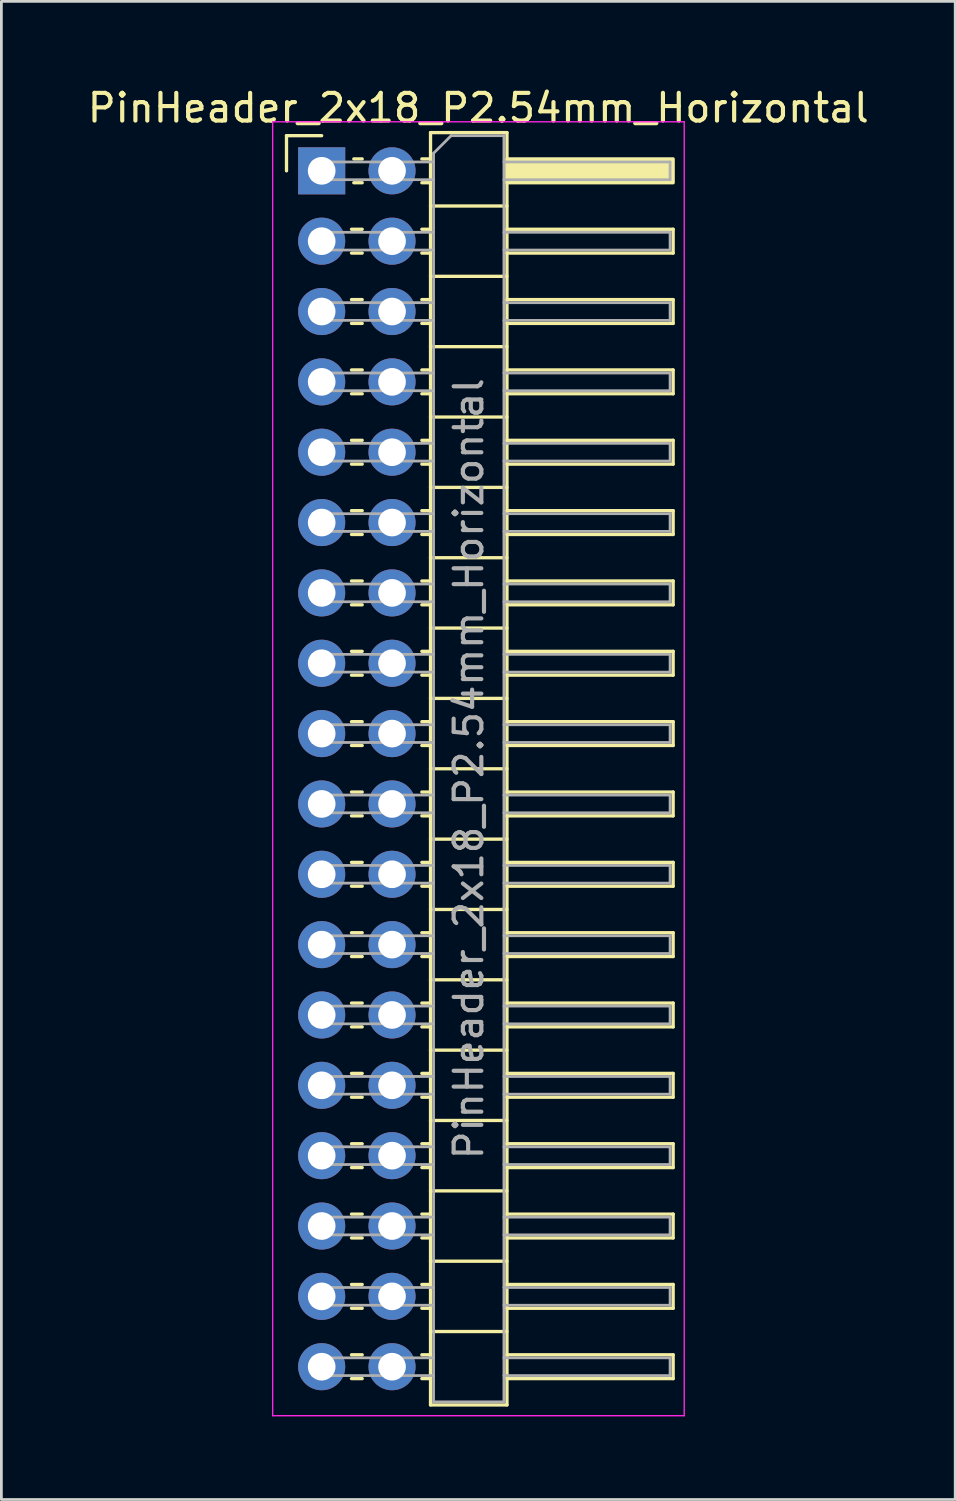
<source format=kicad_pcb>
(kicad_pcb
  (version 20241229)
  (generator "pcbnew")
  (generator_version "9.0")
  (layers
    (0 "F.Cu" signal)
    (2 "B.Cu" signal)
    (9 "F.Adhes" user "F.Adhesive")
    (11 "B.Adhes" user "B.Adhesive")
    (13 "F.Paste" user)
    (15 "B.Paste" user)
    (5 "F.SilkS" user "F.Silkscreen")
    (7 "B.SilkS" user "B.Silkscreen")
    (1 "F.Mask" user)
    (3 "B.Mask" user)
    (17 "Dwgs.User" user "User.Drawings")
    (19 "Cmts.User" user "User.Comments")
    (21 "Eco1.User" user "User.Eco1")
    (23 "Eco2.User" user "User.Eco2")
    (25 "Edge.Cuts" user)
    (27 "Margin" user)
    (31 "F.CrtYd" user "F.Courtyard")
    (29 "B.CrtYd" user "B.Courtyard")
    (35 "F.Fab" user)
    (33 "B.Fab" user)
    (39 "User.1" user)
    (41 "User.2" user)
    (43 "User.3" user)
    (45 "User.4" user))
  (footprint "PinHeader_2x18_P2.54mm_Horizontal"
    (layer "F.Cu")
    (at 8.565 3.118)
    (property "Reference" "PinHeader_2x18_P2.54mm_Horizontal" (at 5.655 -2.27 0) (layer "F.SilkS") (effects (font (size 1 1) (thickness 0.15))))
    (attr through_hole)
    (fp_line (start -1.27 -1.27) (end 0 -1.27) (stroke (width 0.12) (type solid)) (layer "F.SilkS"))
    (fp_line (start -1.27 0) (end -1.27 -1.27) (stroke (width 0.12) (type solid)) (layer "F.SilkS"))
    (fp_line (start 1.077 2.11) (end 1.463 2.11) (stroke (width 0.12) (type solid)) (layer "F.SilkS"))
    (fp_line (start 1.077 2.97) (end 1.463 2.97) (stroke (width 0.12) (type solid)) (layer "F.SilkS"))
    (fp_line (start 1.077 4.65) (end 1.463 4.65) (stroke (width 0.12) (type solid)) (layer "F.SilkS"))
    (fp_line (start 1.077 5.51) (end 1.463 5.51) (stroke (width 0.12) (type solid)) (layer "F.SilkS"))
    (fp_line (start 1.077 7.19) (end 1.463 7.19) (stroke (width 0.12) (type solid)) (layer "F.SilkS"))
    (fp_line (start 1.077 8.05) (end 1.463 8.05) (stroke (width 0.12) (type solid)) (layer "F.SilkS"))
    (fp_line (start 1.077 9.73) (end 1.463 9.73) (stroke (width 0.12) (type solid)) (layer "F.SilkS"))
    (fp_line (start 1.077 10.59) (end 1.463 10.59) (stroke (width 0.12) (type solid)) (layer "F.SilkS"))
    (fp_line (start 1.077 12.27) (end 1.463 12.27) (stroke (width 0.12) (type solid)) (layer "F.SilkS"))
    (fp_line (start 1.077 13.13) (end 1.463 13.13) (stroke (width 0.12) (type solid)) (layer "F.SilkS"))
    (fp_line (start 1.077 14.81) (end 1.463 14.81) (stroke (width 0.12) (type solid)) (layer "F.SilkS"))
    (fp_line (start 1.077 15.67) (end 1.463 15.67) (stroke (width 0.12) (type solid)) (layer "F.SilkS"))
    (fp_line (start 1.077 17.35) (end 1.463 17.35) (stroke (width 0.12) (type solid)) (layer "F.SilkS"))
    (fp_line (start 1.077 18.21) (end 1.463 18.21) (stroke (width 0.12) (type solid)) (layer "F.SilkS"))
    (fp_line (start 1.077 19.89) (end 1.463 19.89) (stroke (width 0.12) (type solid)) (layer "F.SilkS"))
    (fp_line (start 1.077 20.75) (end 1.463 20.75) (stroke (width 0.12) (type solid)) (layer "F.SilkS"))
    (fp_line (start 1.077 22.43) (end 1.463 22.43) (stroke (width 0.12) (type solid)) (layer "F.SilkS"))
    (fp_line (start 1.077 23.29) (end 1.463 23.29) (stroke (width 0.12) (type solid)) (layer "F.SilkS"))
    (fp_line (start 1.077 24.97) (end 1.463 24.97) (stroke (width 0.12) (type solid)) (layer "F.SilkS"))
    (fp_line (start 1.077 25.83) (end 1.463 25.83) (stroke (width 0.12) (type solid)) (layer "F.SilkS"))
    (fp_line (start 1.077 27.51) (end 1.463 27.51) (stroke (width 0.12) (type solid)) (layer "F.SilkS"))
    (fp_line (start 1.077 28.37) (end 1.463 28.37) (stroke (width 0.12) (type solid)) (layer "F.SilkS"))
    (fp_line (start 1.077 30.05) (end 1.463 30.05) (stroke (width 0.12) (type solid)) (layer "F.SilkS"))
    (fp_line (start 1.077 30.91) (end 1.463 30.91) (stroke (width 0.12) (type solid)) (layer "F.SilkS"))
    (fp_line (start 1.077 32.59) (end 1.463 32.59) (stroke (width 0.12) (type solid)) (layer "F.SilkS"))
    (fp_line (start 1.077 33.45) (end 1.463 33.45) (stroke (width 0.12) (type solid)) (layer "F.SilkS"))
    (fp_line (start 1.077 35.13) (end 1.463 35.13) (stroke (width 0.12) (type solid)) (layer "F.SilkS"))
    (fp_line (start 1.077 35.99) (end 1.463 35.99) (stroke (width 0.12) (type solid)) (layer "F.SilkS"))
    (fp_line (start 1.077 37.67) (end 1.463 37.67) (stroke (width 0.12) (type solid)) (layer "F.SilkS"))
    (fp_line (start 1.077 38.53) (end 1.463 38.53) (stroke (width 0.12) (type solid)) (layer "F.SilkS"))
    (fp_line (start 1.077 40.21) (end 1.463 40.21) (stroke (width 0.12) (type solid)) (layer "F.SilkS"))
    (fp_line (start 1.077 41.07) (end 1.463 41.07) (stroke (width 0.12) (type solid)) (layer "F.SilkS"))
    (fp_line (start 1.077 42.75) (end 1.463 42.75) (stroke (width 0.12) (type solid)) (layer "F.SilkS"))
    (fp_line (start 1.077 43.61) (end 1.463 43.61) (stroke (width 0.12) (type solid)) (layer "F.SilkS"))
    (fp_line (start 1.16 -0.43) (end 1.463 -0.43) (stroke (width 0.12) (type solid)) (layer "F.SilkS"))
    (fp_line (start 1.16 0.43) (end 1.463 0.43) (stroke (width 0.12) (type solid)) (layer "F.SilkS"))
    (fp_line (start 3.617 -0.43) (end 3.93 -0.43) (stroke (width 0.12) (type solid)) (layer "F.SilkS"))
    (fp_line (start 3.617 0.43) (end 3.93 0.43) (stroke (width 0.12) (type solid)) (layer "F.SilkS"))
    (fp_line (start 3.617 2.11) (end 3.93 2.11) (stroke (width 0.12) (type solid)) (layer "F.SilkS"))
    (fp_line (start 3.617 2.97) (end 3.93 2.97) (stroke (width 0.12) (type solid)) (layer "F.SilkS"))
    (fp_line (start 3.617 4.65) (end 3.93 4.65) (stroke (width 0.12) (type solid)) (layer "F.SilkS"))
    (fp_line (start 3.617 5.51) (end 3.93 5.51) (stroke (width 0.12) (type solid)) (layer "F.SilkS"))
    (fp_line (start 3.617 7.19) (end 3.93 7.19) (stroke (width 0.12) (type solid)) (layer "F.SilkS"))
    (fp_line (start 3.617 8.05) (end 3.93 8.05) (stroke (width 0.12) (type solid)) (layer "F.SilkS"))
    (fp_line (start 3.617 9.73) (end 3.93 9.73) (stroke (width 0.12) (type solid)) (layer "F.SilkS"))
    (fp_line (start 3.617 10.59) (end 3.93 10.59) (stroke (width 0.12) (type solid)) (layer "F.SilkS"))
    (fp_line (start 3.617 12.27) (end 3.93 12.27) (stroke (width 0.12) (type solid)) (layer "F.SilkS"))
    (fp_line (start 3.617 13.13) (end 3.93 13.13) (stroke (width 0.12) (type solid)) (layer "F.SilkS"))
    (fp_line (start 3.617 14.81) (end 3.93 14.81) (stroke (width 0.12) (type solid)) (layer "F.SilkS"))
    (fp_line (start 3.617 15.67) (end 3.93 15.67) (stroke (width 0.12) (type solid)) (layer "F.SilkS"))
    (fp_line (start 3.617 17.35) (end 3.93 17.35) (stroke (width 0.12) (type solid)) (layer "F.SilkS"))
    (fp_line (start 3.617 18.21) (end 3.93 18.21) (stroke (width 0.12) (type solid)) (layer "F.SilkS"))
    (fp_line (start 3.617 19.89) (end 3.93 19.89) (stroke (width 0.12) (type solid)) (layer "F.SilkS"))
    (fp_line (start 3.617 20.75) (end 3.93 20.75) (stroke (width 0.12) (type solid)) (layer "F.SilkS"))
    (fp_line (start 3.617 22.43) (end 3.93 22.43) (stroke (width 0.12) (type solid)) (layer "F.SilkS"))
    (fp_line (start 3.617 23.29) (end 3.93 23.29) (stroke (width 0.12) (type solid)) (layer "F.SilkS"))
    (fp_line (start 3.617 24.97) (end 3.93 24.97) (stroke (width 0.12) (type solid)) (layer "F.SilkS"))
    (fp_line (start 3.617 25.83) (end 3.93 25.83) (stroke (width 0.12) (type solid)) (layer "F.SilkS"))
    (fp_line (start 3.617 27.51) (end 3.93 27.51) (stroke (width 0.12) (type solid)) (layer "F.SilkS"))
    (fp_line (start 3.617 28.37) (end 3.93 28.37) (stroke (width 0.12) (type solid)) (layer "F.SilkS"))
    (fp_line (start 3.617 30.05) (end 3.93 30.05) (stroke (width 0.12) (type solid)) (layer "F.SilkS"))
    (fp_line (start 3.617 30.91) (end 3.93 30.91) (stroke (width 0.12) (type solid)) (layer "F.SilkS"))
    (fp_line (start 3.617 32.59) (end 3.93 32.59) (stroke (width 0.12) (type solid)) (layer "F.SilkS"))
    (fp_line (start 3.617 33.45) (end 3.93 33.45) (stroke (width 0.12) (type solid)) (layer "F.SilkS"))
    (fp_line (start 3.617 35.13) (end 3.93 35.13) (stroke (width 0.12) (type solid)) (layer "F.SilkS"))
    (fp_line (start 3.617 35.99) (end 3.93 35.99) (stroke (width 0.12) (type solid)) (layer "F.SilkS"))
    (fp_line (start 3.617 37.67) (end 3.93 37.67) (stroke (width 0.12) (type solid)) (layer "F.SilkS"))
    (fp_line (start 3.617 38.53) (end 3.93 38.53) (stroke (width 0.12) (type solid)) (layer "F.SilkS"))
    (fp_line (start 3.617 40.21) (end 3.93 40.21) (stroke (width 0.12) (type solid)) (layer "F.SilkS"))
    (fp_line (start 3.617 41.07) (end 3.93 41.07) (stroke (width 0.12) (type solid)) (layer "F.SilkS"))
    (fp_line (start 3.617 42.75) (end 3.93 42.75) (stroke (width 0.12) (type solid)) (layer "F.SilkS"))
    (fp_line (start 3.617 43.61) (end 3.93 43.61) (stroke (width 0.12) (type solid)) (layer "F.SilkS"))
    (fp_line (start 3.93 -1.38) (end 3.93 44.56) (stroke (width 0.12) (type solid)) (layer "F.SilkS"))
    (fp_line (start 3.93 1.27) (end 6.69 1.27) (stroke (width 0.12) (type solid)) (layer "F.SilkS"))
    (fp_line (start 3.93 3.81) (end 6.69 3.81) (stroke (width 0.12) (type solid)) (layer "F.SilkS"))
    (fp_line (start 3.93 6.35) (end 6.69 6.35) (stroke (width 0.12) (type solid)) (layer "F.SilkS"))
    (fp_line (start 3.93 8.89) (end 6.69 8.89) (stroke (width 0.12) (type solid)) (layer "F.SilkS"))
    (fp_line (start 3.93 11.43) (end 6.69 11.43) (stroke (width 0.12) (type solid)) (layer "F.SilkS"))
    (fp_line (start 3.93 13.97) (end 6.69 13.97) (stroke (width 0.12) (type solid)) (layer "F.SilkS"))
    (fp_line (start 3.93 16.51) (end 6.69 16.51) (stroke (width 0.12) (type solid)) (layer "F.SilkS"))
    (fp_line (start 3.93 19.05) (end 6.69 19.05) (stroke (width 0.12) (type solid)) (layer "F.SilkS"))
    (fp_line (start 3.93 21.59) (end 6.69 21.59) (stroke (width 0.12) (type solid)) (layer "F.SilkS"))
    (fp_line (start 3.93 24.13) (end 6.69 24.13) (stroke (width 0.12) (type solid)) (layer "F.SilkS"))
    (fp_line (start 3.93 26.67) (end 6.69 26.67) (stroke (width 0.12) (type solid)) (layer "F.SilkS"))
    (fp_line (start 3.93 29.21) (end 6.69 29.21) (stroke (width 0.12) (type solid)) (layer "F.SilkS"))
    (fp_line (start 3.93 31.75) (end 6.69 31.75) (stroke (width 0.12) (type solid)) (layer "F.SilkS"))
    (fp_line (start 3.93 34.29) (end 6.69 34.29) (stroke (width 0.12) (type solid)) (layer "F.SilkS"))
    (fp_line (start 3.93 36.83) (end 6.69 36.83) (stroke (width 0.12) (type solid)) (layer "F.SilkS"))
    (fp_line (start 3.93 39.37) (end 6.69 39.37) (stroke (width 0.12) (type solid)) (layer "F.SilkS"))
    (fp_line (start 3.93 41.91) (end 6.69 41.91) (stroke (width 0.12) (type solid)) (layer "F.SilkS"))
    (fp_line (start 3.93 44.56) (end 6.69 44.56) (stroke (width 0.12) (type solid)) (layer "F.SilkS"))
    (fp_line (start 6.69 -1.38) (end 3.93 -1.38) (stroke (width 0.12) (type solid)) (layer "F.SilkS"))
    (fp_line (start 6.69 2.11) (end 12.69 2.11) (stroke (width 0.12) (type solid)) (layer "F.SilkS"))
    (fp_line (start 6.69 4.65) (end 12.69 4.65) (stroke (width 0.12) (type solid)) (layer "F.SilkS"))
    (fp_line (start 6.69 7.19) (end 12.69 7.19) (stroke (width 0.12) (type solid)) (layer "F.SilkS"))
    (fp_line (start 6.69 9.73) (end 12.69 9.73) (stroke (width 0.12) (type solid)) (layer "F.SilkS"))
    (fp_line (start 6.69 12.27) (end 12.69 12.27) (stroke (width 0.12) (type solid)) (layer "F.SilkS"))
    (fp_line (start 6.69 14.81) (end 12.69 14.81) (stroke (width 0.12) (type solid)) (layer "F.SilkS"))
    (fp_line (start 6.69 17.35) (end 12.69 17.35) (stroke (width 0.12) (type solid)) (layer "F.SilkS"))
    (fp_line (start 6.69 19.89) (end 12.69 19.89) (stroke (width 0.12) (type solid)) (layer "F.SilkS"))
    (fp_line (start 6.69 22.43) (end 12.69 22.43) (stroke (width 0.12) (type solid)) (layer "F.SilkS"))
    (fp_line (start 6.69 24.97) (end 12.69 24.97) (stroke (width 0.12) (type solid)) (layer "F.SilkS"))
    (fp_line (start 6.69 27.51) (end 12.69 27.51) (stroke (width 0.12) (type solid)) (layer "F.SilkS"))
    (fp_line (start 6.69 30.05) (end 12.69 30.05) (stroke (width 0.12) (type solid)) (layer "F.SilkS"))
    (fp_line (start 6.69 32.59) (end 12.69 32.59) (stroke (width 0.12) (type solid)) (layer "F.SilkS"))
    (fp_line (start 6.69 35.13) (end 12.69 35.13) (stroke (width 0.12) (type solid)) (layer "F.SilkS"))
    (fp_line (start 6.69 37.67) (end 12.69 37.67) (stroke (width 0.12) (type solid)) (layer "F.SilkS"))
    (fp_line (start 6.69 40.21) (end 12.69 40.21) (stroke (width 0.12) (type solid)) (layer "F.SilkS"))
    (fp_line (start 6.69 42.75) (end 12.69 42.75) (stroke (width 0.12) (type solid)) (layer "F.SilkS"))
    (fp_line (start 6.69 44.56) (end 6.69 -1.38) (stroke (width 0.12) (type solid)) (layer "F.SilkS"))
    (fp_line (start 12.69 2.11) (end 12.69 2.97) (stroke (width 0.12) (type solid)) (layer "F.SilkS"))
    (fp_line (start 12.69 2.97) (end 6.69 2.97) (stroke (width 0.12) (type solid)) (layer "F.SilkS"))
    (fp_line (start 12.69 4.65) (end 12.69 5.51) (stroke (width 0.12) (type solid)) (layer "F.SilkS"))
    (fp_line (start 12.69 5.51) (end 6.69 5.51) (stroke (width 0.12) (type solid)) (layer "F.SilkS"))
    (fp_line (start 12.69 7.19) (end 12.69 8.05) (stroke (width 0.12) (type solid)) (layer "F.SilkS"))
    (fp_line (start 12.69 8.05) (end 6.69 8.05) (stroke (width 0.12) (type solid)) (layer "F.SilkS"))
    (fp_line (start 12.69 9.73) (end 12.69 10.59) (stroke (width 0.12) (type solid)) (layer "F.SilkS"))
    (fp_line (start 12.69 10.59) (end 6.69 10.59) (stroke (width 0.12) (type solid)) (layer "F.SilkS"))
    (fp_line (start 12.69 12.27) (end 12.69 13.13) (stroke (width 0.12) (type solid)) (layer "F.SilkS"))
    (fp_line (start 12.69 13.13) (end 6.69 13.13) (stroke (width 0.12) (type solid)) (layer "F.SilkS"))
    (fp_line (start 12.69 14.81) (end 12.69 15.67) (stroke (width 0.12) (type solid)) (layer "F.SilkS"))
    (fp_line (start 12.69 15.67) (end 6.69 15.67) (stroke (width 0.12) (type solid)) (layer "F.SilkS"))
    (fp_line (start 12.69 17.35) (end 12.69 18.21) (stroke (width 0.12) (type solid)) (layer "F.SilkS"))
    (fp_line (start 12.69 18.21) (end 6.69 18.21) (stroke (width 0.12) (type solid)) (layer "F.SilkS"))
    (fp_line (start 12.69 19.89) (end 12.69 20.75) (stroke (width 0.12) (type solid)) (layer "F.SilkS"))
    (fp_line (start 12.69 20.75) (end 6.69 20.75) (stroke (width 0.12) (type solid)) (layer "F.SilkS"))
    (fp_line (start 12.69 22.43) (end 12.69 23.29) (stroke (width 0.12) (type solid)) (layer "F.SilkS"))
    (fp_line (start 12.69 23.29) (end 6.69 23.29) (stroke (width 0.12) (type solid)) (layer "F.SilkS"))
    (fp_line (start 12.69 24.97) (end 12.69 25.83) (stroke (width 0.12) (type solid)) (layer "F.SilkS"))
    (fp_line (start 12.69 25.83) (end 6.69 25.83) (stroke (width 0.12) (type solid)) (layer "F.SilkS"))
    (fp_line (start 12.69 27.51) (end 12.69 28.37) (stroke (width 0.12) (type solid)) (layer "F.SilkS"))
    (fp_line (start 12.69 28.37) (end 6.69 28.37) (stroke (width 0.12) (type solid)) (layer "F.SilkS"))
    (fp_line (start 12.69 30.05) (end 12.69 30.91) (stroke (width 0.12) (type solid)) (layer "F.SilkS"))
    (fp_line (start 12.69 30.91) (end 6.69 30.91) (stroke (width 0.12) (type solid)) (layer "F.SilkS"))
    (fp_line (start 12.69 32.59) (end 12.69 33.45) (stroke (width 0.12) (type solid)) (layer "F.SilkS"))
    (fp_line (start 12.69 33.45) (end 6.69 33.45) (stroke (width 0.12) (type solid)) (layer "F.SilkS"))
    (fp_line (start 12.69 35.13) (end 12.69 35.99) (stroke (width 0.12) (type solid)) (layer "F.SilkS"))
    (fp_line (start 12.69 35.99) (end 6.69 35.99) (stroke (width 0.12) (type solid)) (layer "F.SilkS"))
    (fp_line (start 12.69 37.67) (end 12.69 38.53) (stroke (width 0.12) (type solid)) (layer "F.SilkS"))
    (fp_line (start 12.69 38.53) (end 6.69 38.53) (stroke (width 0.12) (type solid)) (layer "F.SilkS"))
    (fp_line (start 12.69 40.21) (end 12.69 41.07) (stroke (width 0.12) (type solid)) (layer "F.SilkS"))
    (fp_line (start 12.69 41.07) (end 6.69 41.07) (stroke (width 0.12) (type solid)) (layer "F.SilkS"))
    (fp_line (start 12.69 42.75) (end 12.69 43.61) (stroke (width 0.12) (type solid)) (layer "F.SilkS"))
    (fp_line (start 12.69 43.61) (end 6.69 43.61) (stroke (width 0.12) (type solid)) (layer "F.SilkS"))
    (fp_rect (start 6.69 -0.43) (end 12.69 0.43) (stroke (width 0.12) (type solid)) (fill yes) (layer "F.SilkS"))
    (fp_line (start -1.77 -1.77) (end -1.77 44.95) (stroke (width 0.05) (type solid)) (layer "F.CrtYd"))
    (fp_line (start -1.77 44.95) (end 13.09 44.95) (stroke (width 0.05) (type solid)) (layer "F.CrtYd"))
    (fp_line (start 13.09 -1.77) (end -1.77 -1.77) (stroke (width 0.05) (type solid)) (layer "F.CrtYd"))
    (fp_line (start 13.09 44.95) (end 13.09 -1.77) (stroke (width 0.05) (type solid)) (layer "F.CrtYd"))
    (fp_line (start -0.32 -0.32) (end -0.32 0.32) (stroke (width 0.1) (type solid)) (layer "F.Fab"))
    (fp_line (start -0.32 -0.32) (end 4.04 -0.32) (stroke (width 0.1) (type solid)) (layer "F.Fab"))
    (fp_line (start -0.32 0.32) (end 4.04 0.32) (stroke (width 0.1) (type solid)) (layer "F.Fab"))
    (fp_line (start -0.32 2.22) (end -0.32 2.86) (stroke (width 0.1) (type solid)) (layer "F.Fab"))
    (fp_line (start -0.32 2.22) (end 4.04 2.22) (stroke (width 0.1) (type solid)) (layer "F.Fab"))
    (fp_line (start -0.32 2.86) (end 4.04 2.86) (stroke (width 0.1) (type solid)) (layer "F.Fab"))
    (fp_line (start -0.32 4.76) (end -0.32 5.4) (stroke (width 0.1) (type solid)) (layer "F.Fab"))
    (fp_line (start -0.32 4.76) (end 4.04 4.76) (stroke (width 0.1) (type solid)) (layer "F.Fab"))
    (fp_line (start -0.32 5.4) (end 4.04 5.4) (stroke (width 0.1) (type solid)) (layer "F.Fab"))
    (fp_line (start -0.32 7.3) (end -0.32 7.94) (stroke (width 0.1) (type solid)) (layer "F.Fab"))
    (fp_line (start -0.32 7.3) (end 4.04 7.3) (stroke (width 0.1) (type solid)) (layer "F.Fab"))
    (fp_line (start -0.32 7.94) (end 4.04 7.94) (stroke (width 0.1) (type solid)) (layer "F.Fab"))
    (fp_line (start -0.32 9.84) (end -0.32 10.48) (stroke (width 0.1) (type solid)) (layer "F.Fab"))
    (fp_line (start -0.32 9.84) (end 4.04 9.84) (stroke (width 0.1) (type solid)) (layer "F.Fab"))
    (fp_line (start -0.32 10.48) (end 4.04 10.48) (stroke (width 0.1) (type solid)) (layer "F.Fab"))
    (fp_line (start -0.32 12.38) (end -0.32 13.02) (stroke (width 0.1) (type solid)) (layer "F.Fab"))
    (fp_line (start -0.32 12.38) (end 4.04 12.38) (stroke (width 0.1) (type solid)) (layer "F.Fab"))
    (fp_line (start -0.32 13.02) (end 4.04 13.02) (stroke (width 0.1) (type solid)) (layer "F.Fab"))
    (fp_line (start -0.32 14.92) (end -0.32 15.56) (stroke (width 0.1) (type solid)) (layer "F.Fab"))
    (fp_line (start -0.32 14.92) (end 4.04 14.92) (stroke (width 0.1) (type solid)) (layer "F.Fab"))
    (fp_line (start -0.32 15.56) (end 4.04 15.56) (stroke (width 0.1) (type solid)) (layer "F.Fab"))
    (fp_line (start -0.32 17.46) (end -0.32 18.1) (stroke (width 0.1) (type solid)) (layer "F.Fab"))
    (fp_line (start -0.32 17.46) (end 4.04 17.46) (stroke (width 0.1) (type solid)) (layer "F.Fab"))
    (fp_line (start -0.32 18.1) (end 4.04 18.1) (stroke (width 0.1) (type solid)) (layer "F.Fab"))
    (fp_line (start -0.32 20) (end -0.32 20.64) (stroke (width 0.1) (type solid)) (layer "F.Fab"))
    (fp_line (start -0.32 20) (end 4.04 20) (stroke (width 0.1) (type solid)) (layer "F.Fab"))
    (fp_line (start -0.32 20.64) (end 4.04 20.64) (stroke (width 0.1) (type solid)) (layer "F.Fab"))
    (fp_line (start -0.32 22.54) (end -0.32 23.18) (stroke (width 0.1) (type solid)) (layer "F.Fab"))
    (fp_line (start -0.32 22.54) (end 4.04 22.54) (stroke (width 0.1) (type solid)) (layer "F.Fab"))
    (fp_line (start -0.32 23.18) (end 4.04 23.18) (stroke (width 0.1) (type solid)) (layer "F.Fab"))
    (fp_line (start -0.32 25.08) (end -0.32 25.72) (stroke (width 0.1) (type solid)) (layer "F.Fab"))
    (fp_line (start -0.32 25.08) (end 4.04 25.08) (stroke (width 0.1) (type solid)) (layer "F.Fab"))
    (fp_line (start -0.32 25.72) (end 4.04 25.72) (stroke (width 0.1) (type solid)) (layer "F.Fab"))
    (fp_line (start -0.32 27.62) (end -0.32 28.26) (stroke (width 0.1) (type solid)) (layer "F.Fab"))
    (fp_line (start -0.32 27.62) (end 4.04 27.62) (stroke (width 0.1) (type solid)) (layer "F.Fab"))
    (fp_line (start -0.32 28.26) (end 4.04 28.26) (stroke (width 0.1) (type solid)) (layer "F.Fab"))
    (fp_line (start -0.32 30.16) (end -0.32 30.8) (stroke (width 0.1) (type solid)) (layer "F.Fab"))
    (fp_line (start -0.32 30.16) (end 4.04 30.16) (stroke (width 0.1) (type solid)) (layer "F.Fab"))
    (fp_line (start -0.32 30.8) (end 4.04 30.8) (stroke (width 0.1) (type solid)) (layer "F.Fab"))
    (fp_line (start -0.32 32.7) (end -0.32 33.34) (stroke (width 0.1) (type solid)) (layer "F.Fab"))
    (fp_line (start -0.32 32.7) (end 4.04 32.7) (stroke (width 0.1) (type solid)) (layer "F.Fab"))
    (fp_line (start -0.32 33.34) (end 4.04 33.34) (stroke (width 0.1) (type solid)) (layer "F.Fab"))
    (fp_line (start -0.32 35.24) (end -0.32 35.88) (stroke (width 0.1) (type solid)) (layer "F.Fab"))
    (fp_line (start -0.32 35.24) (end 4.04 35.24) (stroke (width 0.1) (type solid)) (layer "F.Fab"))
    (fp_line (start -0.32 35.88) (end 4.04 35.88) (stroke (width 0.1) (type solid)) (layer "F.Fab"))
    (fp_line (start -0.32 37.78) (end -0.32 38.42) (stroke (width 0.1) (type solid)) (layer "F.Fab"))
    (fp_line (start -0.32 37.78) (end 4.04 37.78) (stroke (width 0.1) (type solid)) (layer "F.Fab"))
    (fp_line (start -0.32 38.42) (end 4.04 38.42) (stroke (width 0.1) (type solid)) (layer "F.Fab"))
    (fp_line (start -0.32 40.32) (end -0.32 40.96) (stroke (width 0.1) (type solid)) (layer "F.Fab"))
    (fp_line (start -0.32 40.32) (end 4.04 40.32) (stroke (width 0.1) (type solid)) (layer "F.Fab"))
    (fp_line (start -0.32 40.96) (end 4.04 40.96) (stroke (width 0.1) (type solid)) (layer "F.Fab"))
    (fp_line (start -0.32 42.86) (end -0.32 43.5) (stroke (width 0.1) (type solid)) (layer "F.Fab"))
    (fp_line (start -0.32 42.86) (end 4.04 42.86) (stroke (width 0.1) (type solid)) (layer "F.Fab"))
    (fp_line (start -0.32 43.5) (end 4.04 43.5) (stroke (width 0.1) (type solid)) (layer "F.Fab"))
    (fp_line (start 4.04 -0.635) (end 4.675 -1.27) (stroke (width 0.1) (type solid)) (layer "F.Fab"))
    (fp_line (start 4.04 44.45) (end 4.04 -0.635) (stroke (width 0.1) (type solid)) (layer "F.Fab"))
    (fp_line (start 4.675 -1.27) (end 6.58 -1.27) (stroke (width 0.1) (type solid)) (layer "F.Fab"))
    (fp_line (start 6.58 -1.27) (end 6.58 44.45) (stroke (width 0.1) (type solid)) (layer "F.Fab"))
    (fp_line (start 6.58 -0.32) (end 12.58 -0.32) (stroke (width 0.1) (type solid)) (layer "F.Fab"))
    (fp_line (start 6.58 0.32) (end 12.58 0.32) (stroke (width 0.1) (type solid)) (layer "F.Fab"))
    (fp_line (start 6.58 2.22) (end 12.58 2.22) (stroke (width 0.1) (type solid)) (layer "F.Fab"))
    (fp_line (start 6.58 2.86) (end 12.58 2.86) (stroke (width 0.1) (type solid)) (layer "F.Fab"))
    (fp_line (start 6.58 4.76) (end 12.58 4.76) (stroke (width 0.1) (type solid)) (layer "F.Fab"))
    (fp_line (start 6.58 5.4) (end 12.58 5.4) (stroke (width 0.1) (type solid)) (layer "F.Fab"))
    (fp_line (start 6.58 7.3) (end 12.58 7.3) (stroke (width 0.1) (type solid)) (layer "F.Fab"))
    (fp_line (start 6.58 7.94) (end 12.58 7.94) (stroke (width 0.1) (type solid)) (layer "F.Fab"))
    (fp_line (start 6.58 9.84) (end 12.58 9.84) (stroke (width 0.1) (type solid)) (layer "F.Fab"))
    (fp_line (start 6.58 10.48) (end 12.58 10.48) (stroke (width 0.1) (type solid)) (layer "F.Fab"))
    (fp_line (start 6.58 12.38) (end 12.58 12.38) (stroke (width 0.1) (type solid)) (layer "F.Fab"))
    (fp_line (start 6.58 13.02) (end 12.58 13.02) (stroke (width 0.1) (type solid)) (layer "F.Fab"))
    (fp_line (start 6.58 14.92) (end 12.58 14.92) (stroke (width 0.1) (type solid)) (layer "F.Fab"))
    (fp_line (start 6.58 15.56) (end 12.58 15.56) (stroke (width 0.1) (type solid)) (layer "F.Fab"))
    (fp_line (start 6.58 17.46) (end 12.58 17.46) (stroke (width 0.1) (type solid)) (layer "F.Fab"))
    (fp_line (start 6.58 18.1) (end 12.58 18.1) (stroke (width 0.1) (type solid)) (layer "F.Fab"))
    (fp_line (start 6.58 20) (end 12.58 20) (stroke (width 0.1) (type solid)) (layer "F.Fab"))
    (fp_line (start 6.58 20.64) (end 12.58 20.64) (stroke (width 0.1) (type solid)) (layer "F.Fab"))
    (fp_line (start 6.58 22.54) (end 12.58 22.54) (stroke (width 0.1) (type solid)) (layer "F.Fab"))
    (fp_line (start 6.58 23.18) (end 12.58 23.18) (stroke (width 0.1) (type solid)) (layer "F.Fab"))
    (fp_line (start 6.58 25.08) (end 12.58 25.08) (stroke (width 0.1) (type solid)) (layer "F.Fab"))
    (fp_line (start 6.58 25.72) (end 12.58 25.72) (stroke (width 0.1) (type solid)) (layer "F.Fab"))
    (fp_line (start 6.58 27.62) (end 12.58 27.62) (stroke (width 0.1) (type solid)) (layer "F.Fab"))
    (fp_line (start 6.58 28.26) (end 12.58 28.26) (stroke (width 0.1) (type solid)) (layer "F.Fab"))
    (fp_line (start 6.58 30.16) (end 12.58 30.16) (stroke (width 0.1) (type solid)) (layer "F.Fab"))
    (fp_line (start 6.58 30.8) (end 12.58 30.8) (stroke (width 0.1) (type solid)) (layer "F.Fab"))
    (fp_line (start 6.58 32.7) (end 12.58 32.7) (stroke (width 0.1) (type solid)) (layer "F.Fab"))
    (fp_line (start 6.58 33.34) (end 12.58 33.34) (stroke (width 0.1) (type solid)) (layer "F.Fab"))
    (fp_line (start 6.58 35.24) (end 12.58 35.24) (stroke (width 0.1) (type solid)) (layer "F.Fab"))
    (fp_line (start 6.58 35.88) (end 12.58 35.88) (stroke (width 0.1) (type solid)) (layer "F.Fab"))
    (fp_line (start 6.58 37.78) (end 12.58 37.78) (stroke (width 0.1) (type solid)) (layer "F.Fab"))
    (fp_line (start 6.58 38.42) (end 12.58 38.42) (stroke (width 0.1) (type solid)) (layer "F.Fab"))
    (fp_line (start 6.58 40.32) (end 12.58 40.32) (stroke (width 0.1) (type solid)) (layer "F.Fab"))
    (fp_line (start 6.58 40.96) (end 12.58 40.96) (stroke (width 0.1) (type solid)) (layer "F.Fab"))
    (fp_line (start 6.58 42.86) (end 12.58 42.86) (stroke (width 0.1) (type solid)) (layer "F.Fab"))
    (fp_line (start 6.58 43.5) (end 12.58 43.5) (stroke (width 0.1) (type solid)) (layer "F.Fab"))
    (fp_line (start 6.58 44.45) (end 4.04 44.45) (stroke (width 0.1) (type solid)) (layer "F.Fab"))
    (fp_line (start 12.58 -0.32) (end 12.58 0.32) (stroke (width 0.1) (type solid)) (layer "F.Fab"))
    (fp_line (start 12.58 2.22) (end 12.58 2.86) (stroke (width 0.1) (type solid)) (layer "F.Fab"))
    (fp_line (start 12.58 4.76) (end 12.58 5.4) (stroke (width 0.1) (type solid)) (layer "F.Fab"))
    (fp_line (start 12.58 7.3) (end 12.58 7.94) (stroke (width 0.1) (type solid)) (layer "F.Fab"))
    (fp_line (start 12.58 9.84) (end 12.58 10.48) (stroke (width 0.1) (type solid)) (layer "F.Fab"))
    (fp_line (start 12.58 12.38) (end 12.58 13.02) (stroke (width 0.1) (type solid)) (layer "F.Fab"))
    (fp_line (start 12.58 14.92) (end 12.58 15.56) (stroke (width 0.1) (type solid)) (layer "F.Fab"))
    (fp_line (start 12.58 17.46) (end 12.58 18.1) (stroke (width 0.1) (type solid)) (layer "F.Fab"))
    (fp_line (start 12.58 20) (end 12.58 20.64) (stroke (width 0.1) (type solid)) (layer "F.Fab"))
    (fp_line (start 12.58 22.54) (end 12.58 23.18) (stroke (width 0.1) (type solid)) (layer "F.Fab"))
    (fp_line (start 12.58 25.08) (end 12.58 25.72) (stroke (width 0.1) (type solid)) (layer "F.Fab"))
    (fp_line (start 12.58 27.62) (end 12.58 28.26) (stroke (width 0.1) (type solid)) (layer "F.Fab"))
    (fp_line (start 12.58 30.16) (end 12.58 30.8) (stroke (width 0.1) (type solid)) (layer "F.Fab"))
    (fp_line (start 12.58 32.7) (end 12.58 33.34) (stroke (width 0.1) (type solid)) (layer "F.Fab"))
    (fp_line (start 12.58 35.24) (end 12.58 35.88) (stroke (width 0.1) (type solid)) (layer "F.Fab"))
    (fp_line (start 12.58 37.78) (end 12.58 38.42) (stroke (width 0.1) (type solid)) (layer "F.Fab"))
    (fp_line (start 12.58 40.32) (end 12.58 40.96) (stroke (width 0.1) (type solid)) (layer "F.Fab"))
    (fp_line (start 12.58 42.86) (end 12.58 43.5) (stroke (width 0.1) (type solid)) (layer "F.Fab"))
    (fp_text user "${REFERENCE}" (at 5.31 21.59 90) (layer "F.Fab") (effects (font (size 1 1) (thickness 0.15))))
    (pad "1" thru_hole rect (at 0 0) (size 1.7 1.7) (drill 1) (layers "*.Cu" "*.Mask"))
    (pad "2" thru_hole circle (at 2.54 0) (size 1.7 1.7) (drill 1) (layers "*.Cu" "*.Mask"))
    (pad "3" thru_hole circle (at 0 2.54) (size 1.7 1.7) (drill 1) (layers "*.Cu" "*.Mask"))
    (pad "4" thru_hole circle (at 2.54 2.54) (size 1.7 1.7) (drill 1) (layers "*.Cu" "*.Mask"))
    (pad "5" thru_hole circle (at 0 5.08) (size 1.7 1.7) (drill 1) (layers "*.Cu" "*.Mask"))
    (pad "6" thru_hole circle (at 2.54 5.08) (size 1.7 1.7) (drill 1) (layers "*.Cu" "*.Mask"))
    (pad "7" thru_hole circle (at 0 7.62) (size 1.7 1.7) (drill 1) (layers "*.Cu" "*.Mask"))
    (pad "8" thru_hole circle (at 2.54 7.62) (size 1.7 1.7) (drill 1) (layers "*.Cu" "*.Mask"))
    (pad "9" thru_hole circle (at 0 10.16) (size 1.7 1.7) (drill 1) (layers "*.Cu" "*.Mask"))
    (pad "10" thru_hole circle (at 2.54 10.16) (size 1.7 1.7) (drill 1) (layers "*.Cu" "*.Mask"))
    (pad "11" thru_hole circle (at 0 12.7) (size 1.7 1.7) (drill 1) (layers "*.Cu" "*.Mask"))
    (pad "12" thru_hole circle (at 2.54 12.7) (size 1.7 1.7) (drill 1) (layers "*.Cu" "*.Mask"))
    (pad "13" thru_hole circle (at 0 15.24) (size 1.7 1.7) (drill 1) (layers "*.Cu" "*.Mask"))
    (pad "14" thru_hole circle (at 2.54 15.24) (size 1.7 1.7) (drill 1) (layers "*.Cu" "*.Mask"))
    (pad "15" thru_hole circle (at 0 17.78) (size 1.7 1.7) (drill 1) (layers "*.Cu" "*.Mask"))
    (pad "16" thru_hole circle (at 2.54 17.78) (size 1.7 1.7) (drill 1) (layers "*.Cu" "*.Mask"))
    (pad "17" thru_hole circle (at 0 20.32) (size 1.7 1.7) (drill 1) (layers "*.Cu" "*.Mask"))
    (pad "18" thru_hole circle (at 2.54 20.32) (size 1.7 1.7) (drill 1) (layers "*.Cu" "*.Mask"))
    (pad "19" thru_hole circle (at 0 22.86) (size 1.7 1.7) (drill 1) (layers "*.Cu" "*.Mask"))
    (pad "20" thru_hole circle (at 2.54 22.86) (size 1.7 1.7) (drill 1) (layers "*.Cu" "*.Mask"))
    (pad "21" thru_hole circle (at 0 25.4) (size 1.7 1.7) (drill 1) (layers "*.Cu" "*.Mask"))
    (pad "22" thru_hole circle (at 2.54 25.4) (size 1.7 1.7) (drill 1) (layers "*.Cu" "*.Mask"))
    (pad "23" thru_hole circle (at 0 27.94) (size 1.7 1.7) (drill 1) (layers "*.Cu" "*.Mask"))
    (pad "24" thru_hole circle (at 2.54 27.94) (size 1.7 1.7) (drill 1) (layers "*.Cu" "*.Mask"))
    (pad "25" thru_hole circle (at 0 30.48) (size 1.7 1.7) (drill 1) (layers "*.Cu" "*.Mask"))
    (pad "26" thru_hole circle (at 2.54 30.48) (size 1.7 1.7) (drill 1) (layers "*.Cu" "*.Mask"))
    (pad "27" thru_hole circle (at 0 33.02) (size 1.7 1.7) (drill 1) (layers "*.Cu" "*.Mask"))
    (pad "28" thru_hole circle (at 2.54 33.02) (size 1.7 1.7) (drill 1) (layers "*.Cu" "*.Mask"))
    (pad "29" thru_hole circle (at 0 35.56) (size 1.7 1.7) (drill 1) (layers "*.Cu" "*.Mask"))
    (pad "30" thru_hole circle (at 2.54 35.56) (size 1.7 1.7) (drill 1) (layers "*.Cu" "*.Mask"))
    (pad "31" thru_hole circle (at 0 38.1) (size 1.7 1.7) (drill 1) (layers "*.Cu" "*.Mask"))
    (pad "32" thru_hole circle (at 2.54 38.1) (size 1.7 1.7) (drill 1) (layers "*.Cu" "*.Mask"))
    (pad "33" thru_hole circle (at 0 40.64) (size 1.7 1.7) (drill 1) (layers "*.Cu" "*.Mask"))
    (pad "34" thru_hole circle (at 2.54 40.64) (size 1.7 1.7) (drill 1) (layers "*.Cu" "*.Mask"))
    (pad "35" thru_hole circle (at 0 43.18) (size 1.7 1.7) (drill 1) (layers "*.Cu" "*.Mask"))
    (pad "36" thru_hole circle (at 2.54 43.18) (size 1.7 1.7) (drill 1) (layers "*.Cu" "*.Mask")))
  (gr_rect
    (start -3 -3)
    (end 31.44 51.093)
    (stroke (width 0.1) (type default))
    (fill no)
    (layer "Edge.Cuts")))
</source>
